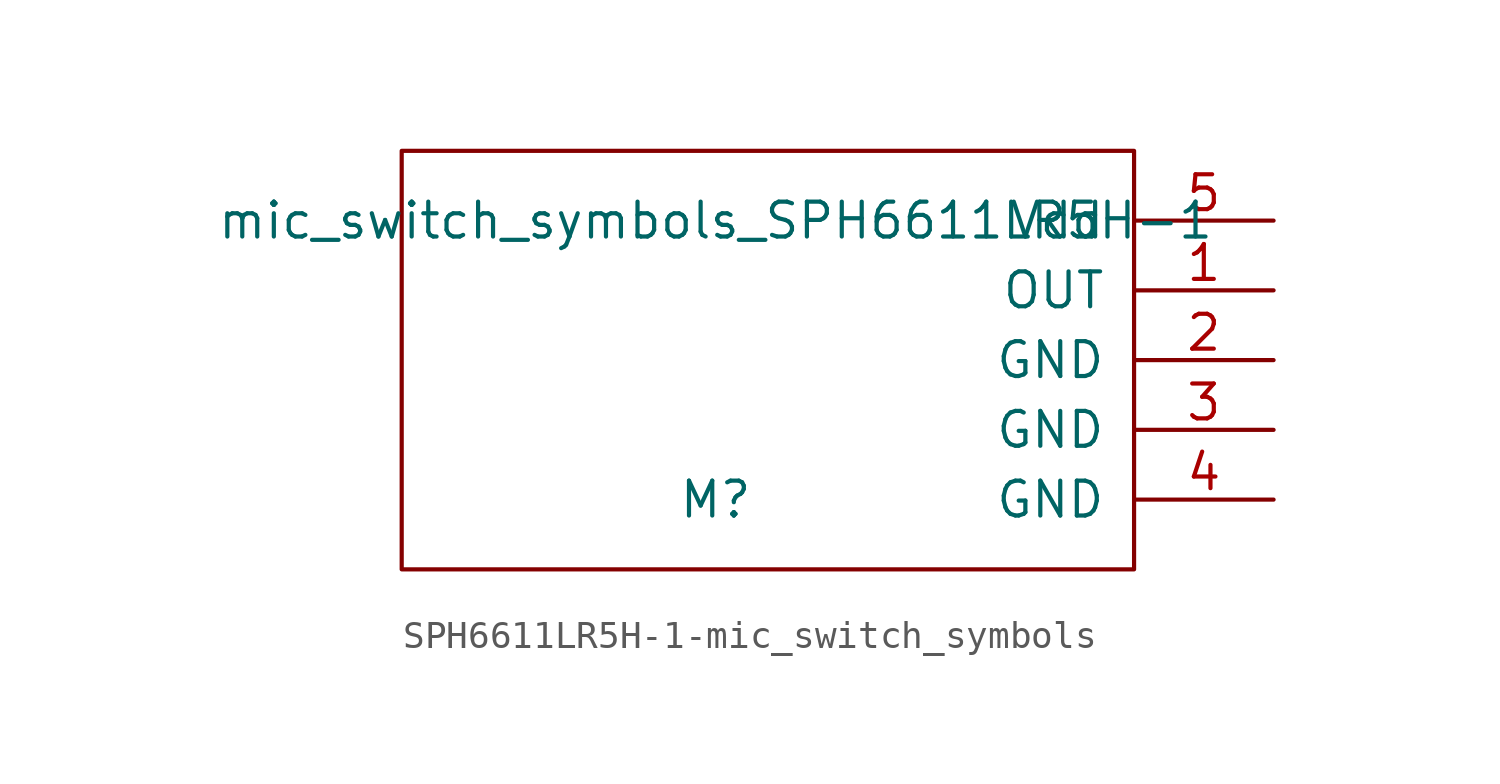
<source format=kicad_sym>
(kicad_symbol_lib
  (version 20220914)
  (generator kicad_symbol_editor)
  (symbol "SPH6611LR5H-1-mic_switch_symbols"
    (pin_names
      (offset 1.016))
    (property "Reference" "M"
      (at -7.62 -5.08 0)
      (effects (font (size 1.27 1.27))))
    (property "Value" "mic_switch_symbols_SPH6611LR5H-1"
      (at -7.62 5.08 0)
      (effects (font (size 1.27 1.27))))
    (symbol "SPH6611LR5H-1-mic_switch_symbols_0_1"
      (rectangle (start 7.62 7.62) (end -19.05 -7.62) (stroke (width 0) (type solid)) (fill (type none))))
    (symbol "SPH6611LR5H-1-mic_switch_symbols_1_1"
      (pin output line (at 12.7 2.54 180) (length 5.08) (name "OUT" (effects (font (size 1.27 1.27)))) (number "1" (effects (font (size 1.27 1.27)))))
      (pin power_in line (at 12.7 0 180) (length 5.08) (name "GND" (effects (font (size 1.27 1.27)))) (number "2" (effects (font (size 1.27 1.27)))))
      (pin power_in line (at 12.7 -2.54 180) (length 5.08) (name "GND" (effects (font (size 1.27 1.27)))) (number "3" (effects (font (size 1.27 1.27)))))
      (pin power_in line (at 12.7 -5.08 180) (length 5.08) (name "GND" (effects (font (size 1.27 1.27)))) (number "4" (effects (font (size 1.27 1.27)))))
      (pin power_in line (at 12.7 5.08 180) (length 5.08) (name "Vdd" (effects (font (size 1.27 1.27)))) (number "5" (effects (font (size 1.27 1.27))))))))
</source>
